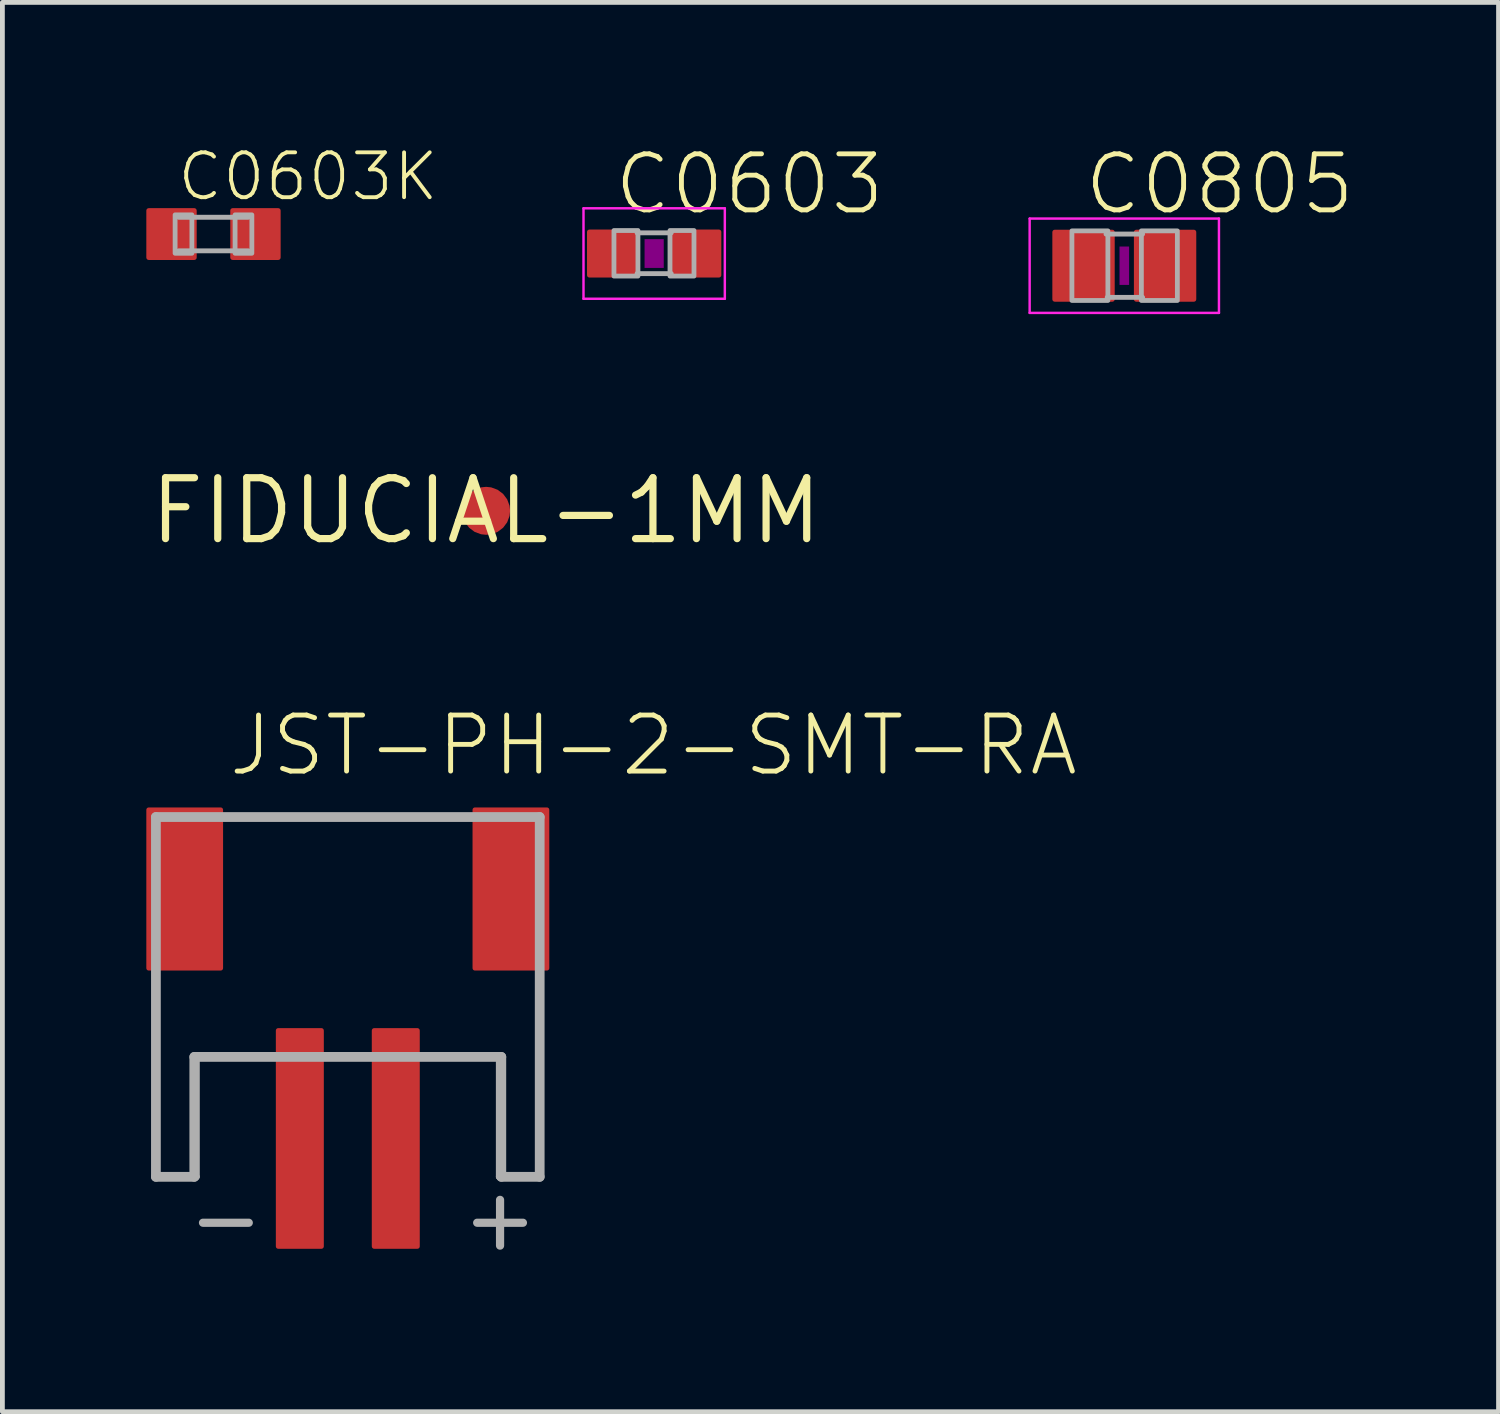
<source format=kicad_pcb>
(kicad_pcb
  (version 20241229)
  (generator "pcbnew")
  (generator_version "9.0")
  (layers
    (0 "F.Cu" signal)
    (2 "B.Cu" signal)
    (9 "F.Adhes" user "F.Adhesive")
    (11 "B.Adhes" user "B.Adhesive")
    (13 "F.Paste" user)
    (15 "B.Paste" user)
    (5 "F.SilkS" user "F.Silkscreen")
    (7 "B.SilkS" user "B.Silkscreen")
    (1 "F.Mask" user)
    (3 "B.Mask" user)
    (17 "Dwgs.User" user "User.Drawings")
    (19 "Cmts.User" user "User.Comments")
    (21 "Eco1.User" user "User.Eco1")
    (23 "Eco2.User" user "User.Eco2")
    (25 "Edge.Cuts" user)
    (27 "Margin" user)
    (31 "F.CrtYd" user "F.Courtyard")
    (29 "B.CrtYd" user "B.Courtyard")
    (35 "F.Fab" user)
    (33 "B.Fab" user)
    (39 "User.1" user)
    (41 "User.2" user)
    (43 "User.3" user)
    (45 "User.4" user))
  (footprint "C0603K"
    (layer "F.Cu")
    (at 1.4 1.829)
    (property "Reference" "C0603K" (at -0.8 -0.65 0) (layer "F.SilkS") (effects (font (size 0.935 0.935) (thickness 0.081)) (justify left bottom)))
    (fp_line (start -0.725 -0.35) (end 0.725 -0.35) (stroke (width 0.102) (type solid)) (layer "F.Fab"))
    (fp_line (start 0.725 0.35) (end -0.725 0.35) (stroke (width 0.102) (type solid)) (layer "F.Fab"))
    (fp_poly (pts (xy -0.8 0.4) (xy -0.45 0.4) (xy -0.45 -0.4) (xy -0.8 -0.4)) (stroke (width 0.1) (type default)) (fill no) (layer "F.Fab"))
    (fp_poly (pts (xy 0.45 0.4) (xy 0.8 0.4) (xy 0.8 -0.4) (xy 0.45 -0.4)) (stroke (width 0.1) (type default)) (fill no) (layer "F.Fab"))
    (pad "1" smd roundrect (at -0.875 0) (size 1.05 1.08) (layers "F.Cu" "F.Mask" "F.Paste") (roundrect_rratio 0.048))
    (pad "2" smd roundrect (at 0.875 0) (size 1.05 1.08) (layers "F.Cu" "F.Mask" "F.Paste") (roundrect_rratio 0.048)))
  (footprint "JST-PH-2-SMT-RA"
    (layer "F.Cu")
    (at 4.2 16.981)
    (property "Reference" "JST-PH-2-SMT-RA" (at -2.54 -3.81 0) (layer "F.SilkS") (effects (font (size 1.168 1.168) (thickness 0.102)) (justify left bottom)))
    (fp_line (start -4 -3) (end 4 -3) (stroke (width 0.203) (type solid)) (layer "F.Fab"))
    (fp_line (start -4 4.5) (end -4 -3) (stroke (width 0.203) (type solid)) (layer "F.Fab"))
    (fp_line (start -4 4.5) (end -4 0.5) (stroke (width 0.127) (type solid)) (layer "F.Fab"))
    (fp_line (start -3.2 2) (end -3.2 4.5) (stroke (width 0.203) (type solid)) (layer "F.Fab"))
    (fp_line (start -3.2 4.5) (end -4 4.5) (stroke (width 0.203) (type solid)) (layer "F.Fab"))
    (fp_line (start -3.15 2) (end -3.15 4.5) (stroke (width 0.127) (type solid)) (layer "F.Fab"))
    (fp_line (start -3.15 4.5) (end -4 4.5) (stroke (width 0.127) (type solid)) (layer "F.Fab"))
    (fp_line (start -2.25 -3) (end 2.25 -3) (stroke (width 0.127) (type solid)) (layer "F.Fab"))
    (fp_line (start -1.75 2) (end -3.15 2) (stroke (width 0.127) (type solid)) (layer "F.Fab"))
    (fp_line (start 3.15 2) (end 1.75 2) (stroke (width 0.127) (type solid)) (layer "F.Fab"))
    (fp_line (start 3.15 4.5) (end 3.15 2) (stroke (width 0.127) (type solid)) (layer "F.Fab"))
    (fp_line (start 3.2 2) (end -3.2 2) (stroke (width 0.203) (type solid)) (layer "F.Fab"))
    (fp_line (start 3.2 4.5) (end 3.2 2) (stroke (width 0.203) (type solid)) (layer "F.Fab"))
    (fp_line (start 4 -3) (end 4 4.5) (stroke (width 0.203) (type solid)) (layer "F.Fab"))
    (fp_line (start 4 0.5) (end 4 4.5) (stroke (width 0.127) (type solid)) (layer "F.Fab"))
    (fp_line (start 4 4.5) (end 3.15 4.5) (stroke (width 0.127) (type solid)) (layer "F.Fab"))
    (fp_line (start 4 4.5) (end 3.2 4.5) (stroke (width 0.203) (type solid)) (layer "F.Fab"))
    (fp_text user "-" (at -3.429 6.096 0) (layer "F.Fab") (effects (font (size 1.252 1.252) (thickness 0.171)) (justify left bottom)))
    (fp_text user "+" (at 2.286 6.096 0) (layer "F.Fab") (effects (font (size 1.252 1.252) (thickness 0.171)) (justify left bottom)))
    (pad "1" smd roundrect (at 1 3.7) (size 1 4.6) (layers "F.Cu" "F.Mask" "F.Paste") (roundrect_rratio 0.05))
    (pad "2" smd roundrect (at -1 3.7) (size 1 4.6) (layers "F.Cu" "F.Mask" "F.Paste") (roundrect_rratio 0.05))
    (pad "NC1" smd roundrect (at -3.4 -1.5 90) (size 3.4 1.6) (layers "F.Cu" "F.Mask" "F.Paste") (roundrect_rratio 0.031))
    (pad "NC2" smd roundrect (at 3.4 -1.5 90) (size 3.4 1.6) (layers "F.Cu" "F.Mask" "F.Paste") (roundrect_rratio 0.031)))
  (footprint "FIDUCIAL-1MM"
    (layer "F.Cu")
    (at 7.083 7.598)
    (property "Reference" "FIDUCIAL-1MM" (at 0 0 0) (layer "F.SilkS") (effects (font (size 1.27 1.27) (thickness 0.15))))
    (fp_poly (pts (xy 0.404 -0.984) (xy 0.591 -0.885) (xy 0.752 -0.752) (xy 0.885 -0.591) (xy 0.983 -0.407) (xy 1.043 -0.208) (xy 1.064 0.003) (xy 0.984 0.404) (xy 0.885 0.591) (xy 0.752 0.752) (xy 0.591 0.885) (xy 0.407 0.983) (xy 0.208 1.043) (xy -0.003 1.064) (xy -0.404 0.984) (xy -0.591 0.885) (xy -0.752 0.752) (xy -0.885 0.591) (xy -0.983 0.407) (xy -1.043 0.208) (xy -1.064 -0.003) (xy -0.984 -0.404) (xy -0.885 -0.591) (xy -0.752 -0.752) (xy -0.591 -0.885) (xy -0.407 -0.983) (xy -0.208 -1.043) (xy 0.003 -1.064)) (stroke (width 0) (type default)) (fill yes) (layer "F.Mask"))
    (pad "1" smd roundrect (at 0 0) (size 1 1) (layers "F.Cu") (roundrect_rratio 0.5))
    (zone (net_name "") (layer "F.Cu") (hatch edge 0.5) (connect_pads) (min_thickness 0.25) (filled_areas_thickness no) (keepout (tracks not_allowed) (vias not_allowed) (pads not_allowed) (copperpour not_allowed) (footprints allowed)) (placement (enabled no)) (fill) (polygon (pts (xy 5.983 7.598) (xy 6.004 7.812) (xy 6.067 8.019) (xy 6.168 8.209) (xy 6.305 8.375) (xy 6.472 8.512) (xy 6.662 8.614) (xy 7.083 8.698) (xy 7.298 8.676) (xy 7.504 8.614) (xy 7.694 8.512) (xy 7.861 8.375) (xy 7.998 8.209) (xy 8.099 8.019) (xy 8.183 7.598) (xy 8.162 7.383) (xy 8.099 7.177) (xy 7.998 6.986) (xy 7.861 6.82) (xy 7.694 6.683) (xy 7.504 6.581) (xy 7.083 6.498) (xy 6.868 6.519) (xy 6.662 6.581) (xy 6.472 6.683) (xy 6.305 6.82) (xy 6.168 6.986) (xy 6.067 7.177)))))
  (footprint "C0603"
    (layer "F.Cu")
    (at 10.586 2.235)
    (property "Reference" "C0603" (at -0.889 -0.762 0) (layer "F.SilkS") (effects (font (size 1.168 1.168) (thickness 0.102)) (justify left bottom)))
    (fp_poly (pts (xy -0.2 0.3) (xy 0.2 0.3) (xy 0.2 -0.3) (xy -0.2 -0.3)) (stroke (width 0) (type default)) (fill yes) (layer "F.Adhes"))
    (fp_line (start -1.473 -0.943) (end 1.473 -0.943) (stroke (width 0.051) (type solid)) (layer "F.CrtYd"))
    (fp_line (start -1.473 0.943) (end -1.473 -0.943) (stroke (width 0.051) (type solid)) (layer "F.CrtYd"))
    (fp_line (start 1.473 -0.943) (end 1.473 0.943) (stroke (width 0.051) (type solid)) (layer "F.CrtYd"))
    (fp_line (start 1.473 0.943) (end -1.473 0.943) (stroke (width 0.051) (type solid)) (layer "F.CrtYd"))
    (fp_line (start -0.356 -0.432) (end 0.356 -0.432) (stroke (width 0.102) (type solid)) (layer "F.Fab"))
    (fp_line (start -0.356 0.419) (end 0.356 0.419) (stroke (width 0.102) (type solid)) (layer "F.Fab"))
    (fp_poly (pts (xy -0.838 0.47) (xy -0.338 0.47) (xy -0.338 -0.48) (xy -0.838 -0.48)) (stroke (width 0.1) (type default)) (fill no) (layer "F.Fab"))
    (fp_poly (pts (xy 0.33 0.47) (xy 0.83 0.47) (xy 0.83 -0.48) (xy 0.33 -0.48)) (stroke (width 0.1) (type default)) (fill no) (layer "F.Fab"))
    (pad "1" smd roundrect (at -0.85 0) (size 1.1 1) (layers "F.Cu" "F.Mask" "F.Paste") (roundrect_rratio 0.05))
    (pad "2" smd roundrect (at 0.85 0) (size 1.1 1) (layers "F.Cu" "F.Mask" "F.Paste") (roundrect_rratio 0.05)))
  (footprint "C0805"
    (layer "F.Cu")
    (at 20.386 2.489)
    (property "Reference" "C0805" (at -0.889 -1.016 0) (layer "F.SilkS") (effects (font (size 1.168 1.168) (thickness 0.102)) (justify left bottom)))
    (fp_poly (pts (xy -0.1 0.4) (xy 0.1 0.4) (xy 0.1 -0.4) (xy -0.1 -0.4)) (stroke (width 0) (type default)) (fill yes) (layer "F.Adhes"))
    (fp_line (start -1.973 -0.983) (end 1.973 -0.983) (stroke (width 0.051) (type solid)) (layer "F.CrtYd"))
    (fp_line (start -1.973 0.983) (end -1.973 -0.983) (stroke (width 0.051) (type solid)) (layer "F.CrtYd"))
    (fp_line (start 1.973 -0.983) (end 1.973 0.983) (stroke (width 0.051) (type solid)) (layer "F.CrtYd"))
    (fp_line (start 1.973 0.983) (end -1.973 0.983) (stroke (width 0.051) (type solid)) (layer "F.CrtYd"))
    (fp_line (start -0.381 -0.66) (end 0.381 -0.66) (stroke (width 0.102) (type solid)) (layer "F.Fab"))
    (fp_line (start -0.356 0.66) (end 0.381 0.66) (stroke (width 0.102) (type solid)) (layer "F.Fab"))
    (fp_poly (pts (xy -1.092 0.724) (xy -0.342 0.724) (xy -0.342 -0.726) (xy -1.092 -0.726)) (stroke (width 0.1) (type default)) (fill no) (layer "F.Fab"))
    (fp_poly (pts (xy 0.356 0.724) (xy 1.106 0.724) (xy 1.106 -0.726) (xy 0.356 -0.726)) (stroke (width 0.1) (type default)) (fill no) (layer "F.Fab"))
    (pad "1" smd roundrect (at -0.85 0) (size 1.3 1.5) (layers "F.Cu" "F.Mask" "F.Paste") (roundrect_rratio 0.038))
    (pad "2" smd roundrect (at 0.85 0) (size 1.3 1.5) (layers "F.Cu" "F.Mask" "F.Paste") (roundrect_rratio 0.038)))
  (gr_rect
    (start -3 -3)
    (end 28.187 26.377)
    (stroke (width 0.1) (type default))
    (fill no)
    (layer "Edge.Cuts")))
</source>
